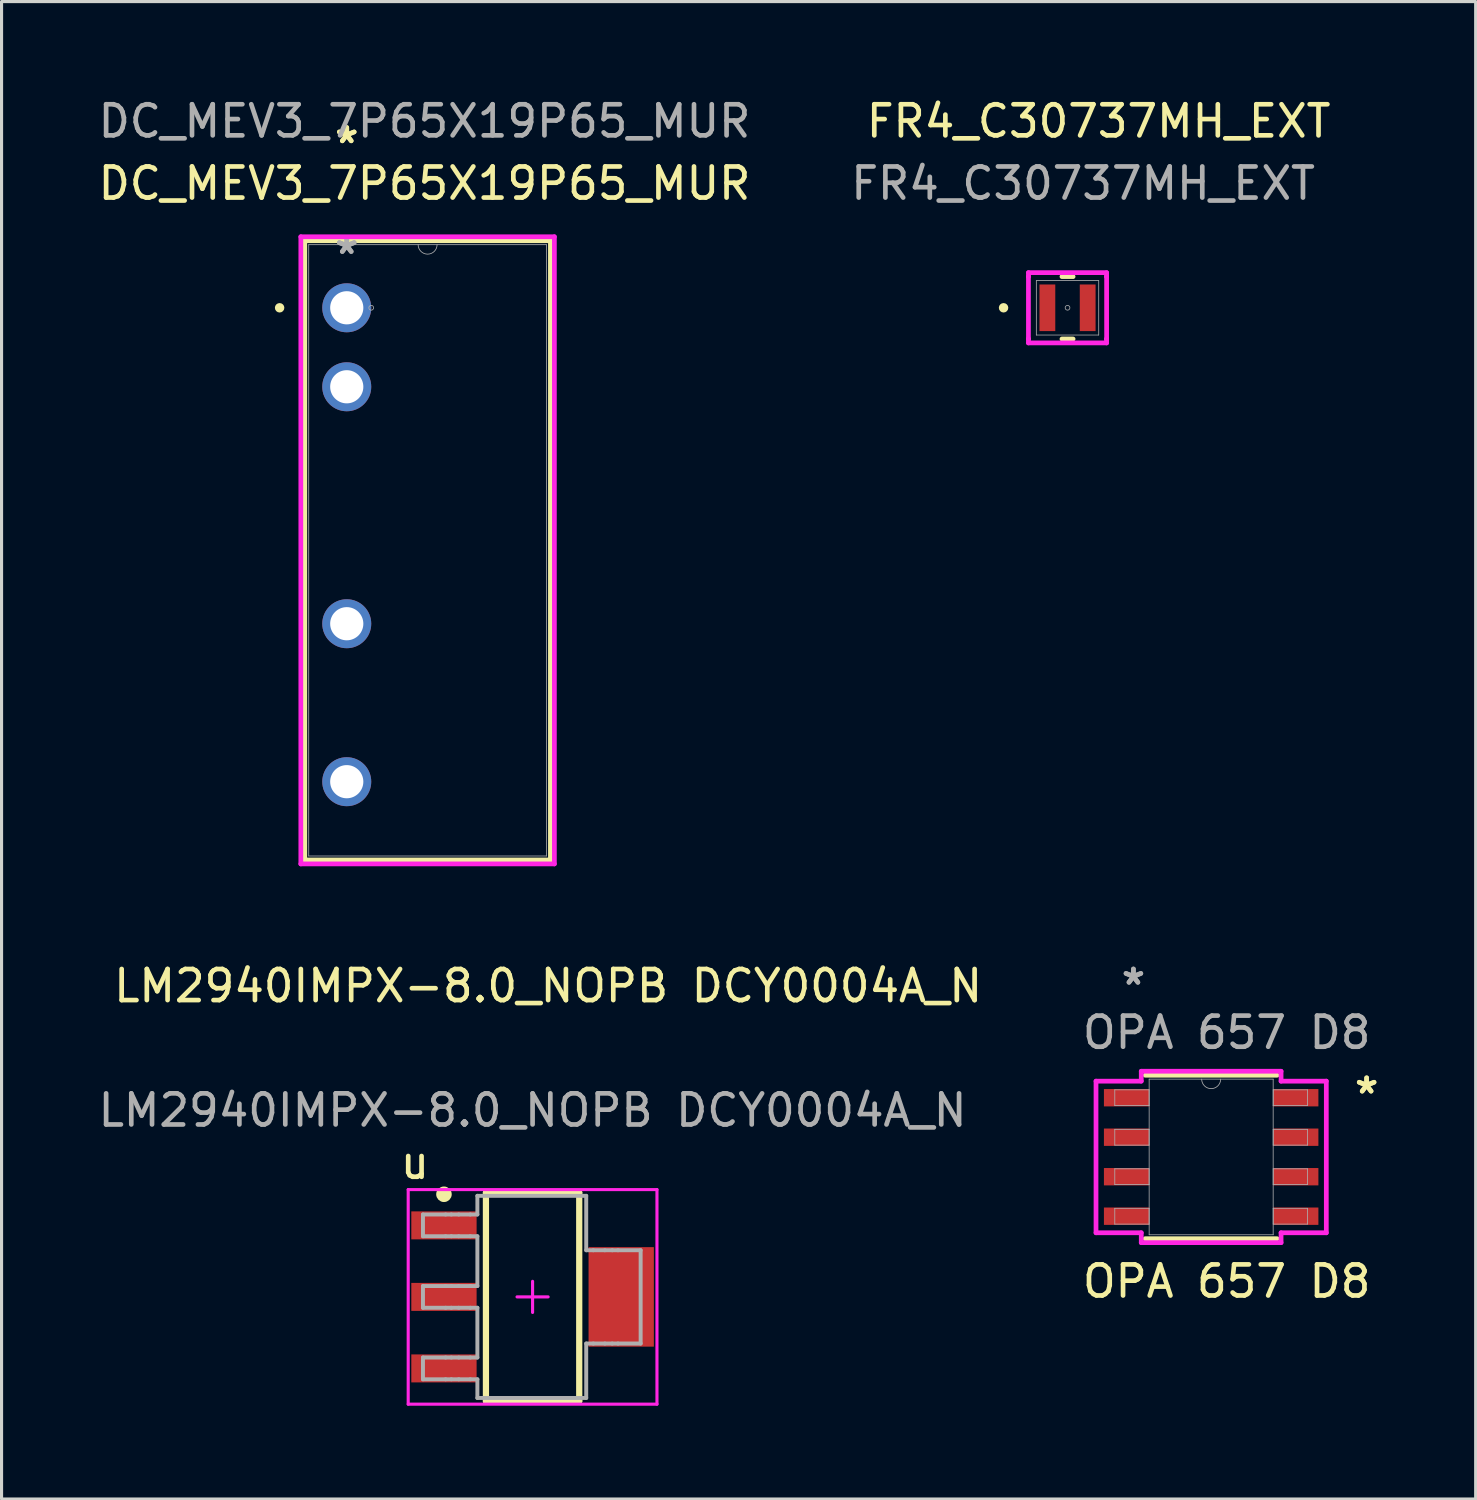
<source format=kicad_pcb>
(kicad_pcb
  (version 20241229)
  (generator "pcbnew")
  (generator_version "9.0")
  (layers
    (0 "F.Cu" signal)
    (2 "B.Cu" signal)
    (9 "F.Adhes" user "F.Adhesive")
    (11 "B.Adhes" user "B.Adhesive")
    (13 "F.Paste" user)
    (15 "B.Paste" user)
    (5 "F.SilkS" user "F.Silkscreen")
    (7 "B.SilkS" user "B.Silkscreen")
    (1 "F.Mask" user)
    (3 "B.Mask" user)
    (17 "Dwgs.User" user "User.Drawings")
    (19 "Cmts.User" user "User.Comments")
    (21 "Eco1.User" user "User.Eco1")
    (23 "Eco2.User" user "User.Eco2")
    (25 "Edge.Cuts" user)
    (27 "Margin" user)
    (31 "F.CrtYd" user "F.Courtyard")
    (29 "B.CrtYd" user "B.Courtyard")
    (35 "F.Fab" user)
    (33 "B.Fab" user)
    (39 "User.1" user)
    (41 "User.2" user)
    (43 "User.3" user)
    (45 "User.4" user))
  (footprint "LM2940IMPX-8.0_NOPB DCY0004A_N"
    (layer "F.Cu")
    (at 14.077 38.656)
    (property "Reference" "LM2940IMPX-8.0_NOPB DCY0004A_N" (at 0.5 -10 0) (unlocked yes) (layer "F.SilkS") (effects (font (size 1 1) (thickness 0.15))))
    (attr smd)
    (fp_line (start -1.5 -3.35) (end 1.5 -3.35) (stroke (width 0.2) (type solid)) (layer "F.SilkS"))
    (fp_line (start -1.5 3.35) (end -1.5 -3.35) (stroke (width 0.2) (type solid)) (layer "F.SilkS"))
    (fp_line (start -1.5 3.35) (end 1.5 3.35) (stroke (width 0.2) (type solid)) (layer "F.SilkS"))
    (fp_line (start 1.5 3.35) (end 1.5 -3.35) (stroke (width 0.2) (type solid)) (layer "F.SilkS"))
    (fp_circle (center -2.85 -3.3) (end -2.725 -3.3) (stroke (width 0.25) (type solid)) (fill no) (layer "F.SilkS"))
    (fp_line (start -4 -3.45) (end 4 -3.45) (stroke (width 0.1) (type solid)) (layer "F.CrtYd"))
    (fp_line (start -4 3.45) (end -4 -3.45) (stroke (width 0.1) (type solid)) (layer "F.CrtYd"))
    (fp_line (start -4 3.45) (end 4 3.45) (stroke (width 0.1) (type solid)) (layer "F.CrtYd"))
    (fp_line (start -0.5 0) (end 0.5 0) (stroke (width 0.1) (type solid)) (layer "F.CrtYd"))
    (fp_line (start 0 0.5) (end 0 -0.5) (stroke (width 0.1) (type solid)) (layer "F.CrtYd"))
    (fp_line (start 4 3.45) (end 4 -3.45) (stroke (width 0.1) (type solid)) (layer "F.CrtYd"))
    (fp_line (start -3.525 -2.65) (end -2.797 -2.65) (stroke (width 0.127) (type solid)) (layer "F.Fab"))
    (fp_line (start -3.525 -1.95) (end -3.525 -2.65) (stroke (width 0.127) (type solid)) (layer "F.Fab"))
    (fp_line (start -3.525 -1.95) (end -2.797 -1.95) (stroke (width 0.127) (type solid)) (layer "F.Fab"))
    (fp_line (start -3.525 -0.35) (end -2.797 -0.35) (stroke (width 0.127) (type solid)) (layer "F.Fab"))
    (fp_line (start -3.525 0.35) (end -3.525 -0.35) (stroke (width 0.127) (type solid)) (layer "F.Fab"))
    (fp_line (start -3.525 0.35) (end -2.797 0.35) (stroke (width 0.127) (type solid)) (layer "F.Fab"))
    (fp_line (start -3.525 1.95) (end -2.797 1.95) (stroke (width 0.127) (type solid)) (layer "F.Fab"))
    (fp_line (start -3.525 2.65) (end -3.525 1.95) (stroke (width 0.127) (type solid)) (layer "F.Fab"))
    (fp_line (start -3.525 2.65) (end -2.797 2.65) (stroke (width 0.127) (type solid)) (layer "F.Fab"))
    (fp_line (start -2.797 -2.65) (end -2.612 -2.65) (stroke (width 0.127) (type solid)) (layer "F.Fab"))
    (fp_line (start -2.797 -1.95) (end -2.612 -1.95) (stroke (width 0.127) (type solid)) (layer "F.Fab"))
    (fp_line (start -2.797 -0.35) (end -2.612 -0.35) (stroke (width 0.127) (type solid)) (layer "F.Fab"))
    (fp_line (start -2.797 0.35) (end -2.612 0.35) (stroke (width 0.127) (type solid)) (layer "F.Fab"))
    (fp_line (start -2.797 1.95) (end -2.612 1.95) (stroke (width 0.127) (type solid)) (layer "F.Fab"))
    (fp_line (start -2.797 2.65) (end -2.612 2.65) (stroke (width 0.127) (type solid)) (layer "F.Fab"))
    (fp_line (start -2.612 -2.65) (end -2.374 -2.65) (stroke (width 0.127) (type solid)) (layer "F.Fab"))
    (fp_line (start -2.612 -1.95) (end -2.374 -1.95) (stroke (width 0.127) (type solid)) (layer "F.Fab"))
    (fp_line (start -2.612 -0.35) (end -2.374 -0.35) (stroke (width 0.127) (type solid)) (layer "F.Fab"))
    (fp_line (start -2.612 0.35) (end -2.374 0.35) (stroke (width 0.127) (type solid)) (layer "F.Fab"))
    (fp_line (start -2.612 1.95) (end -2.374 1.95) (stroke (width 0.127) (type solid)) (layer "F.Fab"))
    (fp_line (start -2.612 2.65) (end -2.374 2.65) (stroke (width 0.127) (type solid)) (layer "F.Fab"))
    (fp_line (start -2.374 -2.65) (end -2.003 -2.65) (stroke (width 0.127) (type solid)) (layer "F.Fab"))
    (fp_line (start -2.374 -1.95) (end -2.003 -1.95) (stroke (width 0.127) (type solid)) (layer "F.Fab"))
    (fp_line (start -2.374 -0.35) (end -2.003 -0.35) (stroke (width 0.127) (type solid)) (layer "F.Fab"))
    (fp_line (start -2.374 0.35) (end -2.003 0.35) (stroke (width 0.127) (type solid)) (layer "F.Fab"))
    (fp_line (start -2.374 1.95) (end -2.003 1.95) (stroke (width 0.127) (type solid)) (layer "F.Fab"))
    (fp_line (start -2.374 2.65) (end -2.003 2.65) (stroke (width 0.127) (type solid)) (layer "F.Fab"))
    (fp_line (start -2.003 -2.65) (end -1.775 -2.65) (stroke (width 0.127) (type solid)) (layer "F.Fab"))
    (fp_line (start -2.003 -1.95) (end -1.775 -1.95) (stroke (width 0.127) (type solid)) (layer "F.Fab"))
    (fp_line (start -2.003 -0.35) (end -1.775 -0.35) (stroke (width 0.127) (type solid)) (layer "F.Fab"))
    (fp_line (start -2.003 0.35) (end -1.775 0.35) (stroke (width 0.127) (type solid)) (layer "F.Fab"))
    (fp_line (start -2.003 1.95) (end -1.775 1.95) (stroke (width 0.127) (type solid)) (layer "F.Fab"))
    (fp_line (start -2.003 2.65) (end -1.775 2.65) (stroke (width 0.127) (type solid)) (layer "F.Fab"))
    (fp_line (start -1.775 -3.25) (end 1.725 -3.25) (stroke (width 0.127) (type solid)) (layer "F.Fab"))
    (fp_line (start -1.775 -2.65) (end -1.775 -3.25) (stroke (width 0.127) (type solid)) (layer "F.Fab"))
    (fp_line (start -1.775 -0.35) (end -1.775 -1.95) (stroke (width 0.127) (type solid)) (layer "F.Fab"))
    (fp_line (start -1.775 1.95) (end -1.775 0.35) (stroke (width 0.127) (type solid)) (layer "F.Fab"))
    (fp_line (start -1.775 3.25) (end -1.775 2.65) (stroke (width 0.127) (type solid)) (layer "F.Fab"))
    (fp_line (start -1.775 3.25) (end 1.725 3.25) (stroke (width 0.127) (type solid)) (layer "F.Fab"))
    (fp_line (start 1.725 -1.5) (end 1.725 -3.25) (stroke (width 0.127) (type solid)) (layer "F.Fab"))
    (fp_line (start 1.725 -1.5) (end 1.953 -1.5) (stroke (width 0.127) (type solid)) (layer "F.Fab"))
    (fp_line (start 1.725 1.5) (end 1.953 1.5) (stroke (width 0.127) (type solid)) (layer "F.Fab"))
    (fp_line (start 1.725 3.25) (end 1.725 1.5) (stroke (width 0.127) (type solid)) (layer "F.Fab"))
    (fp_line (start 1.953 -1.5) (end 2.324 -1.5) (stroke (width 0.127) (type solid)) (layer "F.Fab"))
    (fp_line (start 1.953 1.5) (end 2.324 1.5) (stroke (width 0.127) (type solid)) (layer "F.Fab"))
    (fp_line (start 2.324 -1.5) (end 2.562 -1.5) (stroke (width 0.127) (type solid)) (layer "F.Fab"))
    (fp_line (start 2.324 1.5) (end 2.562 1.5) (stroke (width 0.127) (type solid)) (layer "F.Fab"))
    (fp_line (start 2.562 -1.5) (end 2.747 -1.5) (stroke (width 0.127) (type solid)) (layer "F.Fab"))
    (fp_line (start 2.562 1.5) (end 2.747 1.5) (stroke (width 0.127) (type solid)) (layer "F.Fab"))
    (fp_line (start 2.747 -1.5) (end 3.475 -1.5) (stroke (width 0.127) (type solid)) (layer "F.Fab"))
    (fp_line (start 2.747 1.5) (end 3.475 1.5) (stroke (width 0.127) (type solid)) (layer "F.Fab"))
    (fp_line (start 3.475 1.5) (end 3.475 -1.5) (stroke (width 0.127) (type solid)) (layer "F.Fab"))
    (fp_text user "u" (at -3.785 -4.318 0) (unlocked yes) (layer "F.SilkS") (effects (font (size 1 1) (thickness 0.15))))
    (fp_text user "${REFERENCE}" (at 0 -6 0) (unlocked yes) (layer "F.Fab") (effects (font (size 1 1) (thickness 0.15))))
    (pad "1" smd rect (at -2.85 -2.3 90) (size 0.9 2.1) (layers "F.Cu" "F.Mask" "F.Paste"))
    (pad "2" smd rect (at -2.85 0 90) (size 0.9 2.1) (layers "F.Cu" "F.Mask" "F.Paste"))
    (pad "3" smd rect (at -2.85 2.3 90) (size 0.9 2.1) (layers "F.Cu" "F.Mask" "F.Paste"))
    (pad "4" smd rect (at 2.85 0 90) (size 3.2 2.1) (layers "F.Cu" "F.Mask" "F.Paste")))
  (footprint "FR4_C30737MH_EXT"
    (layer "F.Cu")
    (at 31.28 6.848)
    (property "Reference" "FR4_C30737MH_EXT" (at 1 -6 0) (unlocked yes) (layer "F.SilkS") (effects (font (size 1 1) (thickness 0.15))))
    (attr smd)
    (fp_line (start -0.179 1.003) (end 0.179 1.003) (stroke (width 0.152) (type solid)) (layer "F.SilkS"))
    (fp_line (start 0.179 -1.003) (end -0.179 -1.003) (stroke (width 0.152) (type solid)) (layer "F.SilkS"))
    (fp_circle (center -2.057 0) (end -1.981 0) (stroke (width 0.152) (type solid)) (fill no) (layer "F.SilkS"))
    (fp_line (start -1.257 -1.13) (end 1.257 -1.13) (stroke (width 0.152) (type solid)) (layer "F.CrtYd"))
    (fp_line (start -1.257 -1.003) (end -1.257 -1.13) (stroke (width 0.152) (type solid)) (layer "F.CrtYd"))
    (fp_line (start -1.257 -1.003) (end -1.257 -1.003) (stroke (width 0.152) (type solid)) (layer "F.CrtYd"))
    (fp_line (start -1.257 1.003) (end -1.257 -1.003) (stroke (width 0.152) (type solid)) (layer "F.CrtYd"))
    (fp_line (start -1.257 1.003) (end -1.257 1.003) (stroke (width 0.152) (type solid)) (layer "F.CrtYd"))
    (fp_line (start -1.257 1.13) (end -1.257 1.003) (stroke (width 0.152) (type solid)) (layer "F.CrtYd"))
    (fp_line (start 1.257 -1.13) (end 1.257 -1.003) (stroke (width 0.152) (type solid)) (layer "F.CrtYd"))
    (fp_line (start 1.257 -1.003) (end 1.257 -1.003) (stroke (width 0.152) (type solid)) (layer "F.CrtYd"))
    (fp_line (start 1.257 -1.003) (end 1.257 1.003) (stroke (width 0.152) (type solid)) (layer "F.CrtYd"))
    (fp_line (start 1.257 1.003) (end 1.257 1.003) (stroke (width 0.152) (type solid)) (layer "F.CrtYd"))
    (fp_line (start 1.257 1.003) (end 1.257 1.13) (stroke (width 0.152) (type solid)) (layer "F.CrtYd"))
    (fp_line (start 1.257 1.13) (end -1.257 1.13) (stroke (width 0.152) (type solid)) (layer "F.CrtYd"))
    (fp_line (start -1.003 -0.876) (end -1.003 0.876) (stroke (width 0.025) (type solid)) (layer "F.Fab"))
    (fp_line (start -1.003 0.876) (end 1.003 0.876) (stroke (width 0.025) (type solid)) (layer "F.Fab"))
    (fp_line (start 1.003 -0.876) (end -1.003 -0.876) (stroke (width 0.025) (type solid)) (layer "F.Fab"))
    (fp_line (start 1.003 0.876) (end 1.003 -0.876) (stroke (width 0.025) (type solid)) (layer "F.Fab"))
    (fp_circle (center 0 0) (end 0.076 0) (stroke (width 0.025) (type solid)) (fill no) (layer "F.Fab"))
    (fp_text user "${REFERENCE}" (at 0.5 -4 0) (unlocked yes) (layer "F.Fab") (effects (font (size 1 1) (thickness 0.15))))
    (pad "1" smd rect (at -0.648 0) (size 0.508 1.499) (layers "F.Cu" "F.Mask" "F.Paste"))
    (pad "2" smd rect (at 0.648 0) (size 0.508 1.499) (layers "F.Cu" "F.Mask" "F.Paste")))
  (footprint "OPA 657 D8"
    (layer "F.Cu")
    (at 35.899 34.156)
    (property "Reference" "OPA 657 D8" (at 0.5 4 0) (unlocked yes) (layer "F.SilkS") (effects (font (size 1 1) (thickness 0.15))))
    (attr smd)
    (fp_line (start -2.121 2.629) (end 2.121 2.629) (stroke (width 0.152) (type solid)) (layer "F.SilkS"))
    (fp_line (start 2.121 -2.629) (end -2.121 -2.629) (stroke (width 0.152) (type solid)) (layer "F.SilkS"))
    (fp_line (start -3.703 -2.438) (end -2.248 -2.438) (stroke (width 0.152) (type solid)) (layer "F.CrtYd"))
    (fp_line (start -3.703 2.438) (end -3.703 -2.438) (stroke (width 0.152) (type solid)) (layer "F.CrtYd"))
    (fp_line (start -3.703 2.438) (end -2.248 2.438) (stroke (width 0.152) (type solid)) (layer "F.CrtYd"))
    (fp_line (start -2.248 -2.756) (end 2.248 -2.756) (stroke (width 0.152) (type solid)) (layer "F.CrtYd"))
    (fp_line (start -2.248 -2.438) (end -2.248 -2.756) (stroke (width 0.152) (type solid)) (layer "F.CrtYd"))
    (fp_line (start -2.248 2.756) (end -2.248 2.438) (stroke (width 0.152) (type solid)) (layer "F.CrtYd"))
    (fp_line (start 2.248 -2.756) (end 2.248 -2.438) (stroke (width 0.152) (type solid)) (layer "F.CrtYd"))
    (fp_line (start 2.248 2.438) (end 2.248 2.756) (stroke (width 0.152) (type solid)) (layer "F.CrtYd"))
    (fp_line (start 2.248 2.756) (end -2.248 2.756) (stroke (width 0.152) (type solid)) (layer "F.CrtYd"))
    (fp_line (start 3.703 -2.438) (end 2.248 -2.438) (stroke (width 0.152) (type solid)) (layer "F.CrtYd"))
    (fp_line (start 3.703 -2.438) (end 3.703 2.438) (stroke (width 0.152) (type solid)) (layer "F.CrtYd"))
    (fp_line (start 3.703 2.438) (end 2.248 2.438) (stroke (width 0.152) (type solid)) (layer "F.CrtYd"))
    (fp_line (start -3.099 -2.159) (end -3.099 -1.651) (stroke (width 0.025) (type solid)) (layer "F.Fab"))
    (fp_line (start -3.099 -1.651) (end -1.994 -1.651) (stroke (width 0.025) (type solid)) (layer "F.Fab"))
    (fp_line (start -3.099 -0.889) (end -3.099 -0.381) (stroke (width 0.025) (type solid)) (layer "F.Fab"))
    (fp_line (start -3.099 -0.381) (end -1.994 -0.381) (stroke (width 0.025) (type solid)) (layer "F.Fab"))
    (fp_line (start -3.099 0.381) (end -3.099 0.889) (stroke (width 0.025) (type solid)) (layer "F.Fab"))
    (fp_line (start -3.099 0.889) (end -1.994 0.889) (stroke (width 0.025) (type solid)) (layer "F.Fab"))
    (fp_line (start -3.099 1.651) (end -3.099 2.159) (stroke (width 0.025) (type solid)) (layer "F.Fab"))
    (fp_line (start -3.099 2.159) (end -1.994 2.159) (stroke (width 0.025) (type solid)) (layer "F.Fab"))
    (fp_line (start -1.994 -2.502) (end -1.994 2.502) (stroke (width 0.025) (type solid)) (layer "F.Fab"))
    (fp_line (start -1.994 -2.159) (end -3.099 -2.159) (stroke (width 0.025) (type solid)) (layer "F.Fab"))
    (fp_line (start -1.994 -1.651) (end -1.994 -2.159) (stroke (width 0.025) (type solid)) (layer "F.Fab"))
    (fp_line (start -1.994 -0.889) (end -3.099 -0.889) (stroke (width 0.025) (type solid)) (layer "F.Fab"))
    (fp_line (start -1.994 -0.381) (end -1.994 -0.889) (stroke (width 0.025) (type solid)) (layer "F.Fab"))
    (fp_line (start -1.994 0.381) (end -3.099 0.381) (stroke (width 0.025) (type solid)) (layer "F.Fab"))
    (fp_line (start -1.994 0.889) (end -1.994 0.381) (stroke (width 0.025) (type solid)) (layer "F.Fab"))
    (fp_line (start -1.994 1.651) (end -3.099 1.651) (stroke (width 0.025) (type solid)) (layer "F.Fab"))
    (fp_line (start -1.994 2.159) (end -1.994 1.651) (stroke (width 0.025) (type solid)) (layer "F.Fab"))
    (fp_line (start -1.994 2.502) (end 1.994 2.502) (stroke (width 0.025) (type solid)) (layer "F.Fab"))
    (fp_line (start 1.994 -2.502) (end -1.994 -2.502) (stroke (width 0.025) (type solid)) (layer "F.Fab"))
    (fp_line (start 1.994 -2.159) (end 1.994 -1.651) (stroke (width 0.025) (type solid)) (layer "F.Fab"))
    (fp_line (start 1.994 -1.651) (end 3.099 -1.651) (stroke (width 0.025) (type solid)) (layer "F.Fab"))
    (fp_line (start 1.994 -0.889) (end 1.994 -0.381) (stroke (width 0.025) (type solid)) (layer "F.Fab"))
    (fp_line (start 1.994 -0.381) (end 3.099 -0.381) (stroke (width 0.025) (type solid)) (layer "F.Fab"))
    (fp_line (start 1.994 0.381) (end 1.994 0.889) (stroke (width 0.025) (type solid)) (layer "F.Fab"))
    (fp_line (start 1.994 0.889) (end 3.099 0.889) (stroke (width 0.025) (type solid)) (layer "F.Fab"))
    (fp_line (start 1.994 1.651) (end 1.994 2.159) (stroke (width 0.025) (type solid)) (layer "F.Fab"))
    (fp_line (start 1.994 2.159) (end 3.099 2.159) (stroke (width 0.025) (type solid)) (layer "F.Fab"))
    (fp_line (start 1.994 2.502) (end 1.994 -2.502) (stroke (width 0.025) (type solid)) (layer "F.Fab"))
    (fp_line (start 3.099 -2.159) (end 1.994 -2.159) (stroke (width 0.025) (type solid)) (layer "F.Fab"))
    (fp_line (start 3.099 -1.651) (end 3.099 -2.159) (stroke (width 0.025) (type solid)) (layer "F.Fab"))
    (fp_line (start 3.099 -0.889) (end 1.994 -0.889) (stroke (width 0.025) (type solid)) (layer "F.Fab"))
    (fp_line (start 3.099 -0.381) (end 3.099 -0.889) (stroke (width 0.025) (type solid)) (layer "F.Fab"))
    (fp_line (start 3.099 0.381) (end 1.994 0.381) (stroke (width 0.025) (type solid)) (layer "F.Fab"))
    (fp_line (start 3.099 0.889) (end 3.099 0.381) (stroke (width 0.025) (type solid)) (layer "F.Fab"))
    (fp_line (start 3.099 1.651) (end 1.994 1.651) (stroke (width 0.025) (type solid)) (layer "F.Fab"))
    (fp_line (start 3.099 2.159) (end 3.099 1.651) (stroke (width 0.025) (type solid)) (layer "F.Fab"))
    (fp_arc (start 0.3048 -2.5019) (mid 0 -2.1971) (end -0.3048 -2.5019) (stroke (width 0.0254) (type solid)) (layer "F.Fab"))
    (fp_text user "*" (at 5 -2 0) (layer "F.SilkS") (effects (font (size 1 1) (thickness 0.15))))
    (fp_text user "*" (at 5 -2 0) (unlocked yes) (layer "F.SilkS") (effects (font (size 1 1) (thickness 0.15))))
    (fp_text user "*" (at -2.5 -5.5 0) (unlocked yes) (layer "F.Fab") (effects (font (size 1 1) (thickness 0.15))))
    (fp_text user "${REFERENCE}" (at 0.5 -4 0) (unlocked yes) (layer "F.Fab") (effects (font (size 1 1) (thickness 0.15))))
    (fp_text user "*" (at -2.5 -5.5 0) (layer "F.Fab") (effects (font (size 1 1) (thickness 0.15))))
    (pad "1" smd rect (at -2.721 -1.905) (size 1.455 0.558) (layers "F.Cu" "F.Mask" "F.Paste"))
    (pad "2" smd rect (at -2.721 -0.635) (size 1.455 0.558) (layers "F.Cu" "F.Mask" "F.Paste"))
    (pad "3" smd rect (at -2.721 0.635) (size 1.455 0.558) (layers "F.Cu" "F.Mask" "F.Paste"))
    (pad "4" smd rect (at -2.721 1.905) (size 1.455 0.558) (layers "F.Cu" "F.Mask" "F.Paste"))
    (pad "5" smd rect (at 2.721 1.905) (size 1.455 0.558) (layers "F.Cu" "F.Mask" "F.Paste"))
    (pad "6" smd rect (at 2.721 0.635) (size 1.455 0.558) (layers "F.Cu" "F.Mask" "F.Paste"))
    (pad "7" smd rect (at 2.721 -0.635) (size 1.455 0.558) (layers "F.Cu" "F.Mask" "F.Paste"))
    (pad "8" smd rect (at 2.721 -1.905) (size 1.455 0.558) (layers "F.Cu" "F.Mask" "F.Paste")))
  (footprint "DC_MEV3_7P65X19P65_MUR"
    (layer "F.Cu")
    (at 8.101 6.848)
    (property "Reference" "DC_MEV3_7P65X19P65_MUR" (at 2.5 -4 0) (unlocked yes) (layer "F.SilkS") (effects (font (size 1 1) (thickness 0.15))))
    (attr through_hole)
    (fp_line (start -1.35 -2.157) (end -1.35 17.757) (stroke (width 0.152) (type solid)) (layer "F.SilkS"))
    (fp_line (start -1.35 17.757) (end 6.55 17.757) (stroke (width 0.152) (type solid)) (layer "F.SilkS"))
    (fp_line (start 6.55 -2.157) (end -1.35 -2.157) (stroke (width 0.152) (type solid)) (layer "F.SilkS"))
    (fp_line (start 6.55 17.757) (end 6.55 -2.157) (stroke (width 0.152) (type solid)) (layer "F.SilkS"))
    (fp_circle (center -2.159 0) (end -2.083 0) (stroke (width 0.152) (type solid)) (fill no) (layer "F.SilkS"))
    (fp_line (start -1.477 -2.284) (end 6.677 -2.284) (stroke (width 0.152) (type solid)) (layer "F.CrtYd"))
    (fp_line (start -1.477 17.884) (end -1.477 -2.284) (stroke (width 0.152) (type solid)) (layer "F.CrtYd"))
    (fp_line (start 6.677 -2.284) (end 6.677 17.884) (stroke (width 0.152) (type solid)) (layer "F.CrtYd"))
    (fp_line (start 6.677 17.884) (end -1.477 17.884) (stroke (width 0.152) (type solid)) (layer "F.CrtYd"))
    (fp_line (start -1.223 -2.03) (end -1.223 17.63) (stroke (width 0.025) (type solid)) (layer "F.Fab"))
    (fp_line (start -1.223 17.63) (end 6.423 17.63) (stroke (width 0.025) (type solid)) (layer "F.Fab"))
    (fp_line (start 6.423 -2.03) (end -1.223 -2.03) (stroke (width 0.025) (type solid)) (layer "F.Fab"))
    (fp_line (start 6.423 17.63) (end 6.423 -2.03) (stroke (width 0.025) (type solid)) (layer "F.Fab"))
    (fp_arc (start 2.9048 -2.03) (mid 2.6 -1.7252) (end 2.2952 -2.03) (stroke (width 0.0254) (type solid)) (layer "F.Fab"))
    (fp_circle (center 0.787 0) (end 0.864 0) (stroke (width 0.025) (type solid)) (fill no) (layer "F.Fab"))
    (fp_text user "*" (at 0 -5.253 0) (layer "F.SilkS") (effects (font (size 1 1) (thickness 0.15))))
    (fp_text user "*" (at 0 -5.253 0) (unlocked yes) (layer "F.SilkS") (effects (font (size 1 1) (thickness 0.15))))
    (fp_text user "${REFERENCE}" (at 2.5 -6 0) (unlocked yes) (layer "F.Fab") (effects (font (size 1 1) (thickness 0.15))))
    (fp_text user "*" (at 0 -1.693 0) (layer "F.Fab") (effects (font (size 1 1) (thickness 0.15))))
    (fp_text user "*" (at 0 -1.693 0) (unlocked yes) (layer "F.Fab") (effects (font (size 1 1) (thickness 0.15))))
    (pad "1" thru_hole circle (at 0 0) (size 1.575 1.575) (drill 1.067) (layers "*.Cu" "*.Mask"))
    (pad "2" thru_hole circle (at 0 2.54) (size 1.575 1.575) (drill 1.067) (layers "*.Cu" "*.Mask"))
    (pad "5" thru_hole circle (at 0 10.16) (size 1.575 1.575) (drill 1.067) (layers "*.Cu" "*.Mask"))
    (pad "7" thru_hole circle (at 0 15.24) (size 1.575 1.575) (drill 1.067) (layers "*.Cu" "*.Mask")))
  (gr_rect
    (start -3 -3)
    (end 44.405 45.156)
    (stroke (width 0.1) (type default))
    (fill no)
    (layer "Edge.Cuts")))
</source>
